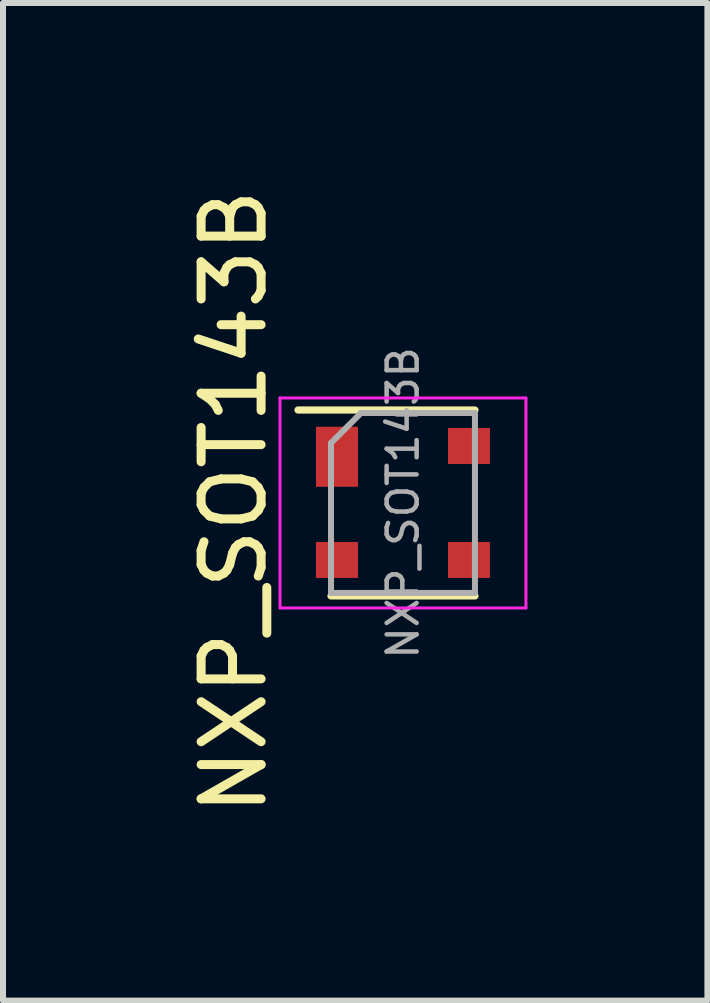
<source format=kicad_pcb>
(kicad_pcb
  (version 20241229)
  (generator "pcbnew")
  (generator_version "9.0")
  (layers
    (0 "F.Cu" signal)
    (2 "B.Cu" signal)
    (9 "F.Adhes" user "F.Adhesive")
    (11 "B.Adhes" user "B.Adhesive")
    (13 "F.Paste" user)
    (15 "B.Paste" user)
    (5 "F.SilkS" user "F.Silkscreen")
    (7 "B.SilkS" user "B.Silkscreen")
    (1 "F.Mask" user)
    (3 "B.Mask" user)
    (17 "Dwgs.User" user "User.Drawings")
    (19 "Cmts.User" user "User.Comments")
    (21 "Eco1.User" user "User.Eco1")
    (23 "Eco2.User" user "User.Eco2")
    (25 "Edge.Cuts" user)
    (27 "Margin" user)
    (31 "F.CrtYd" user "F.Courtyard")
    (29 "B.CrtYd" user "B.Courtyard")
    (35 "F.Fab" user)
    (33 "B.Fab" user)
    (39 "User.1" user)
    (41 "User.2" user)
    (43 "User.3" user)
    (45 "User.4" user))
  (footprint "NXP_SOT143B"
    (layer "F.Cu")
    (at 3.668 5.335)
    (property "Reference" "NXP_SOT143B" (at -2.82 -0.02 90) (layer "F.SilkS") (effects (font (size 1 1) (thickness 0.15))))
    (attr smd)
    (fp_line (start -1.2 1.55) (end 1.2 1.55) (stroke (width 0.12) (type solid)) (layer "F.SilkS"))
    (fp_line (start 1.2 -1.55) (end -1.75 -1.55) (stroke (width 0.12) (type solid)) (layer "F.SilkS"))
    (fp_line (start -2.05 1.75) (end -2.05 -1.75) (stroke (width 0.05) (type solid)) (layer "F.CrtYd"))
    (fp_line (start -2.05 1.75) (end 2.05 1.75) (stroke (width 0.05) (type solid)) (layer "F.CrtYd"))
    (fp_line (start 2.05 -1.75) (end -2.05 -1.75) (stroke (width 0.05) (type solid)) (layer "F.CrtYd"))
    (fp_line (start 2.05 -1.75) (end 2.05 1.75) (stroke (width 0.05) (type solid)) (layer "F.CrtYd"))
    (fp_line (start -1.2 -1) (end -0.7 -1.5) (stroke (width 0.1) (type solid)) (layer "F.Fab"))
    (fp_line (start -1.2 1.5) (end -1.2 -1) (stroke (width 0.1) (type solid)) (layer "F.Fab"))
    (fp_line (start -0.7 -1.5) (end 1.2 -1.5) (stroke (width 0.1) (type solid)) (layer "F.Fab"))
    (fp_line (start 1.2 -1.5) (end 1.2 1.5) (stroke (width 0.1) (type solid)) (layer "F.Fab"))
    (fp_line (start 1.2 1.5) (end -1.2 1.5) (stroke (width 0.1) (type solid)) (layer "F.Fab"))
    (fp_text user "${REFERENCE}" (at 0 0 90) (layer "F.Fab") (effects (font (size 0.5 0.5) (thickness 0.075))))
    (pad "1" smd rect (at -1.1 -0.77 270) (size 1 0.7) (layers "F.Cu" "F.Mask" "F.Paste"))
    (pad "2" smd rect (at -1.1 0.95 270) (size 0.6 0.7) (layers "F.Cu" "F.Mask" "F.Paste"))
    (pad "3" smd rect (at 1.1 0.95 270) (size 0.6 0.7) (layers "F.Cu" "F.Mask" "F.Paste"))
    (pad "4" smd rect (at 1.1 -0.95 270) (size 0.6 0.7) (layers "F.Cu" "F.Mask" "F.Paste")))
  (gr_rect
    (start -3 -3)
    (end 8.743 13.631)
    (stroke (width 0.1) (type default))
    (fill no)
    (layer "Edge.Cuts")))
</source>
